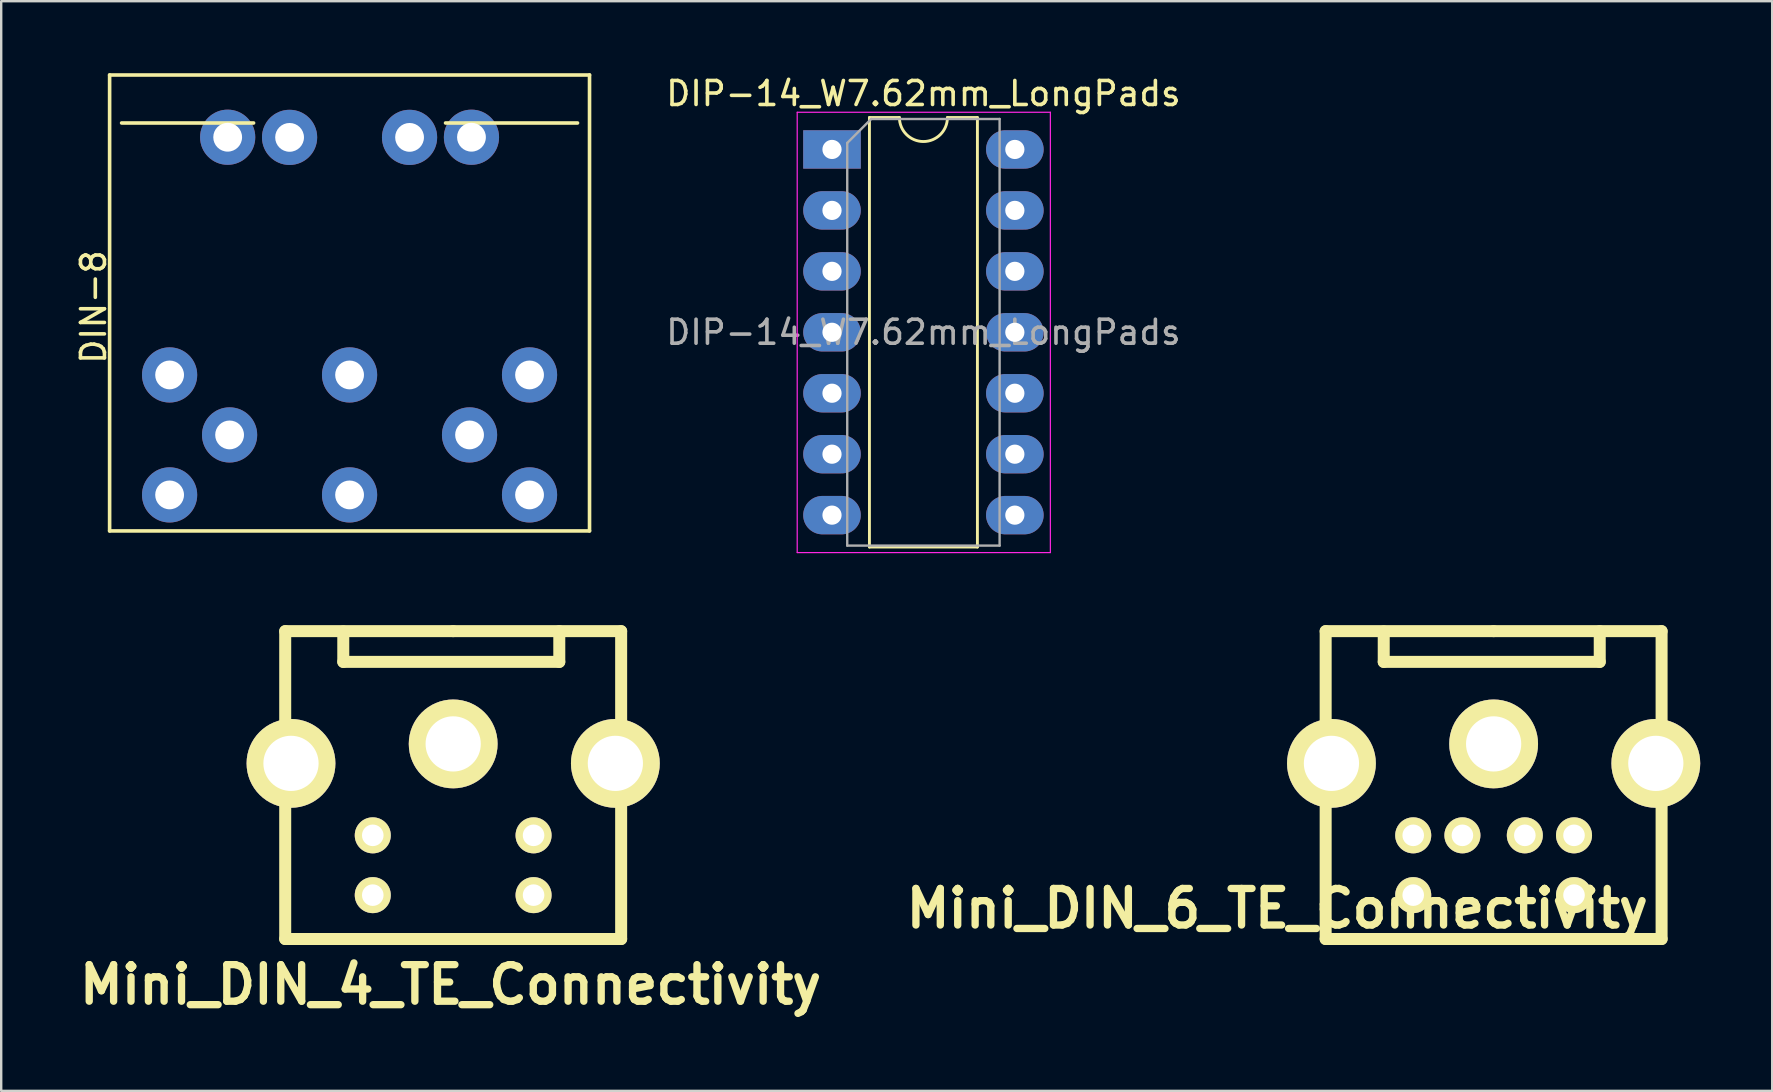
<source format=kicad_pcb>
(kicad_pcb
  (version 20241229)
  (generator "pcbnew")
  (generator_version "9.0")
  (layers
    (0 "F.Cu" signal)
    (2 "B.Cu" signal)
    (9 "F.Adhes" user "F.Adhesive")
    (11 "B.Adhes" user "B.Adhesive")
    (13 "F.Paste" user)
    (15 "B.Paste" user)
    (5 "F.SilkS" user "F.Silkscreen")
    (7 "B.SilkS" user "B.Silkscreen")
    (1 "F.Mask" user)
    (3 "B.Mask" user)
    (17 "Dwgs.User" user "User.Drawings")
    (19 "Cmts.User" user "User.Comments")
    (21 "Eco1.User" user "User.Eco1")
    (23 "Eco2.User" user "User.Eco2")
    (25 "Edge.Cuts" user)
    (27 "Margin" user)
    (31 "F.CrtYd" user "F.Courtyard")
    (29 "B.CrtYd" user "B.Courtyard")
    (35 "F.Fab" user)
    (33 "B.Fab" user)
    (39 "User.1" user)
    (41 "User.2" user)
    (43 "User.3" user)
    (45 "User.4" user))
  (footprint "Mini_DIN_4_TE_Connectivity"
    (layer "F.Cu")
    (at 15.757 30.533)
    (property "Reference" "Mini_DIN_4_TE_Connectivity" (at -0.03 7.452 0) (layer "F.SilkS") (effects (font (size 1.524 1.524) (thickness 0.305))))
    (fp_line (start -6.921 -7.28) (end 0.079 -7.28) (stroke (width 0.5) (type solid)) (layer "F.SilkS"))
    (fp_line (start -6.921 5.55) (end -6.921 -7.28) (stroke (width 0.5) (type solid)) (layer "F.SilkS"))
    (fp_line (start -4.501 -5.999) (end -4.501 -7.269) (stroke (width 0.5) (type solid)) (layer "F.SilkS"))
    (fp_line (start -4.501 -5.999) (end 4.501 -5.999) (stroke (width 0.5) (type solid)) (layer "F.SilkS"))
    (fp_line (start 0.079 -7.28) (end 7.079 -7.28) (stroke (width 0.5) (type solid)) (layer "F.SilkS"))
    (fp_line (start 4.501 -5.999) (end 4.501 -7.28) (stroke (width 0.5) (type solid)) (layer "F.SilkS"))
    (fp_line (start 7.079 -7.28) (end 7.079 5.55) (stroke (width 0.5) (type solid)) (layer "F.SilkS"))
    (fp_line (start 7.079 5.55) (end -6.921 5.55) (stroke (width 0.5) (type solid)) (layer "F.SilkS"))
    (pad "1" thru_hole circle (at -3.272 1.229) (size 1.501 1.501) (drill 0.899) (layers "*.Cu" "B.Mask" "F.SilkS"))
    (pad "2" thru_hole circle (at 3.429 1.229) (size 1.501 1.501) (drill 0.899) (layers "*.Cu" "B.Mask" "F.SilkS"))
    (pad "3" thru_hole circle (at -3.272 3.721) (size 1.501 1.501) (drill 0.899) (layers "*.Cu" "B.Mask" "F.SilkS"))
    (pad "4" thru_hole circle (at 3.429 3.721) (size 1.501 1.501) (drill 0.899) (layers "*.Cu" "B.Mask" "F.SilkS"))
    (pad "SHD" thru_hole circle (at -6.68 -1.77) (size 3.701 3.701) (drill 2.301) (layers "*.Cu" "*.Mask" "F.SilkS"))
    (pad "SHD" thru_hole circle (at 0.079 -2.581) (size 3.701 3.701) (drill 2.301) (layers "B.Cu" "B.Mask" "F.SilkS"))
    (pad "SHD" thru_hole circle (at 6.838 -1.77) (size 3.701 3.701) (drill 2.301) (layers "*.Cu" "*.Mask" "F.SilkS")))
  (footprint "DIP-14_W7.62mm_LongPads"
    (layer "F.Cu")
    (at 31.623 3.178)
    (property "Reference" "DIP-14_W7.62mm_LongPads" (at 3.81 -2.33 180) (layer "F.SilkS") (effects (font (size 1 1) (thickness 0.15))))
    (attr through_hole)
    (fp_line (start 1.56 -1.33) (end 1.56 16.57) (stroke (width 0.12) (type solid)) (layer "F.SilkS"))
    (fp_line (start 1.56 16.57) (end 6.06 16.57) (stroke (width 0.12) (type solid)) (layer "F.SilkS"))
    (fp_line (start 2.81 -1.33) (end 1.56 -1.33) (stroke (width 0.12) (type solid)) (layer "F.SilkS"))
    (fp_line (start 6.06 -1.33) (end 4.81 -1.33) (stroke (width 0.12) (type solid)) (layer "F.SilkS"))
    (fp_line (start 6.06 16.57) (end 6.06 -1.33) (stroke (width 0.12) (type solid)) (layer "F.SilkS"))
    (fp_arc (start 4.81 -1.33) (mid 3.81 -0.33) (end 2.81 -1.33) (stroke (width 0.12) (type solid)) (layer "F.SilkS"))
    (fp_line (start -1.45 -1.55) (end -1.45 16.8) (stroke (width 0.05) (type solid)) (layer "F.CrtYd"))
    (fp_line (start -1.45 16.8) (end 9.1 16.8) (stroke (width 0.05) (type solid)) (layer "F.CrtYd"))
    (fp_line (start 9.1 -1.55) (end -1.45 -1.55) (stroke (width 0.05) (type solid)) (layer "F.CrtYd"))
    (fp_line (start 9.1 16.8) (end 9.1 -1.55) (stroke (width 0.05) (type solid)) (layer "F.CrtYd"))
    (fp_line (start 0.635 -0.27) (end 1.635 -1.27) (stroke (width 0.1) (type solid)) (layer "F.Fab"))
    (fp_line (start 0.635 16.51) (end 0.635 -0.27) (stroke (width 0.1) (type solid)) (layer "F.Fab"))
    (fp_line (start 1.635 -1.27) (end 6.985 -1.27) (stroke (width 0.1) (type solid)) (layer "F.Fab"))
    (fp_line (start 6.985 -1.27) (end 6.985 16.51) (stroke (width 0.1) (type solid)) (layer "F.Fab"))
    (fp_line (start 6.985 16.51) (end 0.635 16.51) (stroke (width 0.1) (type solid)) (layer "F.Fab"))
    (fp_text user "${REFERENCE}" (at 3.81 7.62 180) (layer "F.Fab") (effects (font (size 1 1) (thickness 0.15))))
    (pad "1" thru_hole rect (at 0 0) (size 2.4 1.6) (drill 0.8) (layers "*.Cu" "*.Mask"))
    (pad "2" thru_hole oval (at 0 2.54) (size 2.4 1.6) (drill 0.8) (layers "*.Cu" "*.Mask"))
    (pad "3" thru_hole oval (at 0 5.08) (size 2.4 1.6) (drill 0.8) (layers "*.Cu" "*.Mask"))
    (pad "4" thru_hole oval (at 0 7.62) (size 2.4 1.6) (drill 0.8) (layers "*.Cu" "*.Mask"))
    (pad "5" thru_hole oval (at 0 10.16) (size 2.4 1.6) (drill 0.8) (layers "*.Cu" "*.Mask"))
    (pad "6" thru_hole oval (at 0 12.7) (size 2.4 1.6) (drill 0.8) (layers "*.Cu" "*.Mask"))
    (pad "7" thru_hole oval (at 0 15.24) (size 2.4 1.6) (drill 0.8) (layers "*.Cu" "*.Mask"))
    (pad "8" thru_hole oval (at 7.62 15.24) (size 2.4 1.6) (drill 0.8) (layers "*.Cu" "*.Mask"))
    (pad "9" thru_hole oval (at 7.62 12.7) (size 2.4 1.6) (drill 0.8) (layers "*.Cu" "*.Mask"))
    (pad "10" thru_hole oval (at 7.62 10.16) (size 2.4 1.6) (drill 0.8) (layers "*.Cu" "*.Mask"))
    (pad "11" thru_hole oval (at 7.62 7.62) (size 2.4 1.6) (drill 0.8) (layers "*.Cu" "*.Mask"))
    (pad "12" thru_hole oval (at 7.62 5.08) (size 2.4 1.6) (drill 0.8) (layers "*.Cu" "*.Mask"))
    (pad "13" thru_hole oval (at 7.62 2.54) (size 2.4 1.6) (drill 0.8) (layers "*.Cu" "*.Mask"))
    (pad "14" thru_hole oval (at 7.62 0) (size 2.4 1.6) (drill 0.8) (layers "*.Cu" "*.Mask")))
  (footprint "DIN-8"
    (layer "F.Cu")
    (at 11.518 12.575)
    (property "Reference" "DIN-8" (at -10.67 -2.83 90) (layer "F.SilkS") (effects (font (size 1 1) (thickness 0.15))))
    (attr through_hole)
    (fp_line (start -10 -12.5) (end -10 6.5) (stroke (width 0.15) (type solid)) (layer "F.SilkS"))
    (fp_line (start -10 6.5) (end 10 6.5) (stroke (width 0.15) (type solid)) (layer "F.SilkS"))
    (fp_line (start -9.5 -10.5) (end -4 -10.5) (stroke (width 0.15) (type solid)) (layer "F.SilkS"))
    (fp_line (start 4 -10.5) (end 9.5 -10.5) (stroke (width 0.15) (type solid)) (layer "F.SilkS"))
    (fp_line (start 10 -12.5) (end -10 -12.5) (stroke (width 0.15) (type solid)) (layer "F.SilkS"))
    (fp_line (start 10 6.5) (end 10 -12.5) (stroke (width 0.15) (type solid)) (layer "F.SilkS"))
    (pad "" thru_hole circle (at -5.08 -9.906) (size 2.3 2.3) (drill 1.2) (layers "*.Cu" "*.Mask"))
    (pad "" thru_hole circle (at -2.5 -9.9) (size 2.3 2.3) (drill 1.2) (layers "*.Cu" "*.Mask"))
    (pad "" thru_hole circle (at 2.5 -9.9) (size 2.3 2.3) (drill 1.2) (layers "*.Cu" "*.Mask"))
    (pad "" thru_hole circle (at 5.08 -9.906) (size 2.3 2.3) (drill 1.2) (layers "*.Cu" "*.Mask"))
    (pad "1" thru_hole circle (at -7.5 0) (size 2.3 2.3) (drill 1.2) (layers "*.Cu" "*.Mask"))
    (pad "2" thru_hole circle (at 0 0) (size 2.3 2.3) (drill 1.2) (layers "*.Cu" "*.Mask"))
    (pad "3" thru_hole circle (at 7.5 0) (size 2.3 2.3) (drill 1.2) (layers "*.Cu" "*.Mask"))
    (pad "4" thru_hole circle (at -5 2.5) (size 2.3 2.3) (drill 1.2) (layers "*.Cu" "*.Mask"))
    (pad "5" thru_hole circle (at 5 2.5) (size 2.3 2.3) (drill 1.2) (layers "*.Cu" "*.Mask"))
    (pad "6" thru_hole circle (at -7.5 5) (size 2.3 2.3) (drill 1.2) (layers "*.Cu" "*.Mask"))
    (pad "7" thru_hole circle (at 7.5 5) (size 2.3 2.3) (drill 1.2) (layers "*.Cu" "*.Mask"))
    (pad "8" thru_hole circle (at 0 5) (size 2.3 2.3) (drill 1.2) (layers "*.Cu" "*.Mask")))
  (footprint "Mini_DIN_6_TE_Connectivity"
    (layer "F.Cu")
    (at 59.117 30.533)
    (property "Reference" "Mini_DIN_6_TE_Connectivity" (at -8.938 4.277 0) (layer "F.SilkS") (effects (font (size 1.524 1.524) (thickness 0.305))))
    (fp_line (start -6.921 -7.28) (end 0.079 -7.28) (stroke (width 0.5) (type solid)) (layer "F.SilkS"))
    (fp_line (start -6.921 5.55) (end -6.921 -7.28) (stroke (width 0.5) (type solid)) (layer "F.SilkS"))
    (fp_line (start -4.501 -5.999) (end -4.501 -7.269) (stroke (width 0.5) (type solid)) (layer "F.SilkS"))
    (fp_line (start -4.501 -5.999) (end 4.501 -5.999) (stroke (width 0.5) (type solid)) (layer "F.SilkS"))
    (fp_line (start 0.079 -7.28) (end 7.079 -7.28) (stroke (width 0.5) (type solid)) (layer "F.SilkS"))
    (fp_line (start 4.501 -5.999) (end 4.501 -7.28) (stroke (width 0.5) (type solid)) (layer "F.SilkS"))
    (fp_line (start 7.079 -7.28) (end 7.079 5.55) (stroke (width 0.5) (type solid)) (layer "F.SilkS"))
    (fp_line (start 7.079 5.55) (end -6.921 5.55) (stroke (width 0.5) (type solid)) (layer "F.SilkS"))
    (pad "1" thru_hole circle (at -1.222 1.229) (size 1.501 1.501) (drill 0.899) (layers "B.Cu" "B.Mask" "F.SilkS"))
    (pad "2" thru_hole circle (at 1.379 1.229) (size 1.501 1.501) (drill 0.899) (layers "B.Cu" "B.Mask" "F.SilkS"))
    (pad "3" thru_hole circle (at -3.272 1.229) (size 1.501 1.501) (drill 0.899) (layers "*.Cu" "B.Mask" "F.SilkS"))
    (pad "4" thru_hole circle (at 3.429 1.229) (size 1.501 1.501) (drill 0.899) (layers "*.Cu" "B.Mask" "F.SilkS"))
    (pad "5" thru_hole circle (at -3.272 3.721) (size 1.501 1.501) (drill 0.899) (layers "B.Cu" "B.Mask" "F.SilkS"))
    (pad "6" thru_hole circle (at 3.429 3.721) (size 1.501 1.501) (drill 0.899) (layers "B.Cu" "B.Mask" "F.SilkS"))
    (pad "SHD" thru_hole circle (at -6.68 -1.77) (size 3.701 3.701) (drill 2.301) (layers "*.Cu" "*.Mask" "F.SilkS"))
    (pad "SHD" thru_hole circle (at 0.079 -2.581) (size 3.701 3.701) (drill 2.301) (layers "B.Cu" "B.Mask" "F.SilkS"))
    (pad "SHD" thru_hole circle (at 6.838 -1.77) (size 3.701 3.701) (drill 2.301) (layers "*.Cu" "*.Mask" "F.SilkS")))
  (gr_rect
    (start -3 -3)
    (end 70.805 42.412)
    (stroke (width 0.1) (type default))
    (fill no)
    (layer "Edge.Cuts")))
</source>
